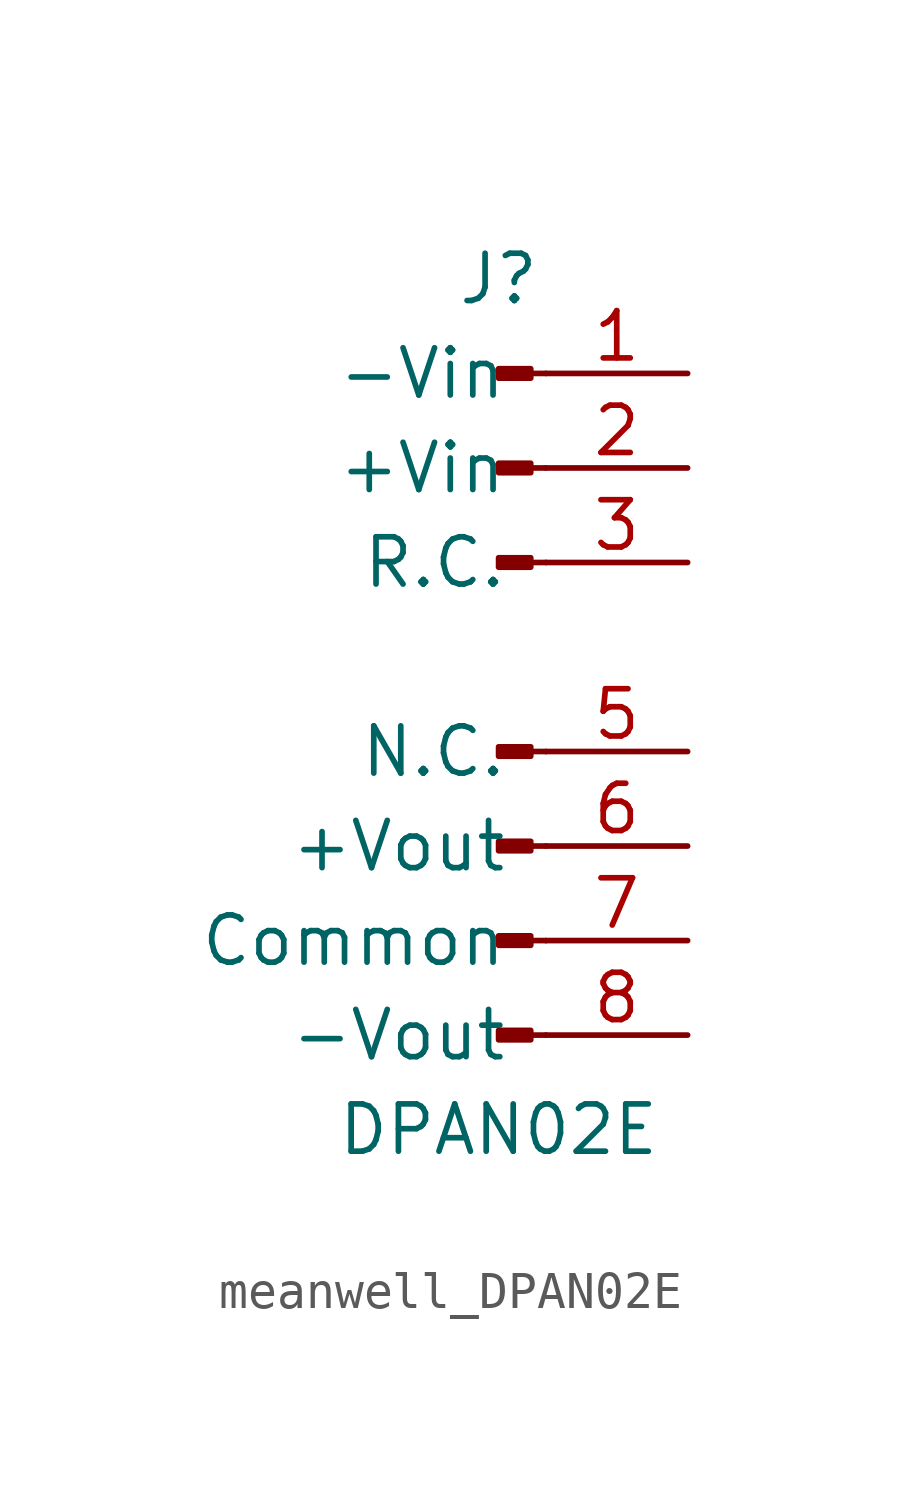
<source format=kicad_sym>
(kicad_symbol_lib
  (version 20220914)
  (generator kicad_symbol_editor)
  (symbol "meanwell_DPAN02E"
    (pin_names
      (offset 1.016))
    (property "Reference" "J"
      (at 0 10.16 0)
      (effects (font (size 1.27 1.27))))
    (property "Value" "DPAN02E"
      (at 0 -12.7 0)
      (effects (font (size 1.27 1.27))))
    (symbol "meanwell_DPAN02E_1_1"
      (polyline (pts (xy 1.27 -10.16) (xy 0.864 -10.16)) (stroke (width 0.152) (type default)) (fill (type none)))
      (polyline (pts (xy 1.27 -7.62) (xy 0.864 -7.62)) (stroke (width 0.152) (type default)) (fill (type none)))
      (polyline (pts (xy 1.27 -5.08) (xy 0.864 -5.08)) (stroke (width 0.152) (type default)) (fill (type none)))
      (polyline (pts (xy 1.27 -2.54) (xy 0.864 -2.54)) (stroke (width 0.152) (type default)) (fill (type none)))
      (polyline (pts (xy 1.27 2.54) (xy 0.864 2.54)) (stroke (width 0.152) (type default)) (fill (type none)))
      (polyline (pts (xy 1.27 5.08) (xy 0.864 5.08)) (stroke (width 0.152) (type default)) (fill (type none)))
      (polyline (pts (xy 1.27 7.62) (xy 0.864 7.62)) (stroke (width 0.152) (type default)) (fill (type none)))
      (rectangle (start 0.864 -10.033) (end 0 -10.287) (stroke (width 0.152) (type default)) (fill (type outline)))
      (rectangle (start 0.864 -7.493) (end 0 -7.747) (stroke (width 0.152) (type default)) (fill (type outline)))
      (rectangle (start 0.864 -4.953) (end 0 -5.207) (stroke (width 0.152) (type default)) (fill (type outline)))
      (rectangle (start 0.864 -2.413) (end 0 -2.667) (stroke (width 0.152) (type default)) (fill (type outline)))
      (rectangle (start 0.864 2.667) (end 0 2.413) (stroke (width 0.152) (type default)) (fill (type outline)))
      (rectangle (start 0.864 5.207) (end 0 4.953) (stroke (width 0.152) (type default)) (fill (type outline)))
      (rectangle (start 0.864 7.747) (end 0 7.493) (stroke (width 0.152) (type default)) (fill (type outline)))
      (pin power_in line (at 5.08 7.62 180) (length 3.81) (name "-Vin" (effects (font (size 1.27 1.27)))) (number "1" (effects (font (size 1.27 1.27)))))
      (pin power_in line (at 5.08 5.08 180) (length 3.81) (name "+Vin" (effects (font (size 1.27 1.27)))) (number "2" (effects (font (size 1.27 1.27)))))
      (pin input line (at 5.08 2.54 180) (length 3.81) (name "R.C." (effects (font (size 1.27 1.27)))) (number "3" (effects (font (size 1.27 1.27)))))
      (pin passive line (at 5.08 -2.54 180) (length 3.81) (name "N.C." (effects (font (size 1.27 1.27)))) (number "5" (effects (font (size 1.27 1.27)))))
      (pin power_out line (at 5.08 -5.08 180) (length 3.81) (name "+Vout" (effects (font (size 1.27 1.27)))) (number "6" (effects (font (size 1.27 1.27)))))
      (pin bidirectional line (at 5.08 -7.62 180) (length 3.81) (name "Common" (effects (font (size 1.27 1.27)))) (number "7" (effects (font (size 1.27 1.27)))))
      (pin power_out line (at 5.08 -10.16 180) (length 3.81) (name "-Vout" (effects (font (size 1.27 1.27)))) (number "8" (effects (font (size 1.27 1.27))))))))
</source>
